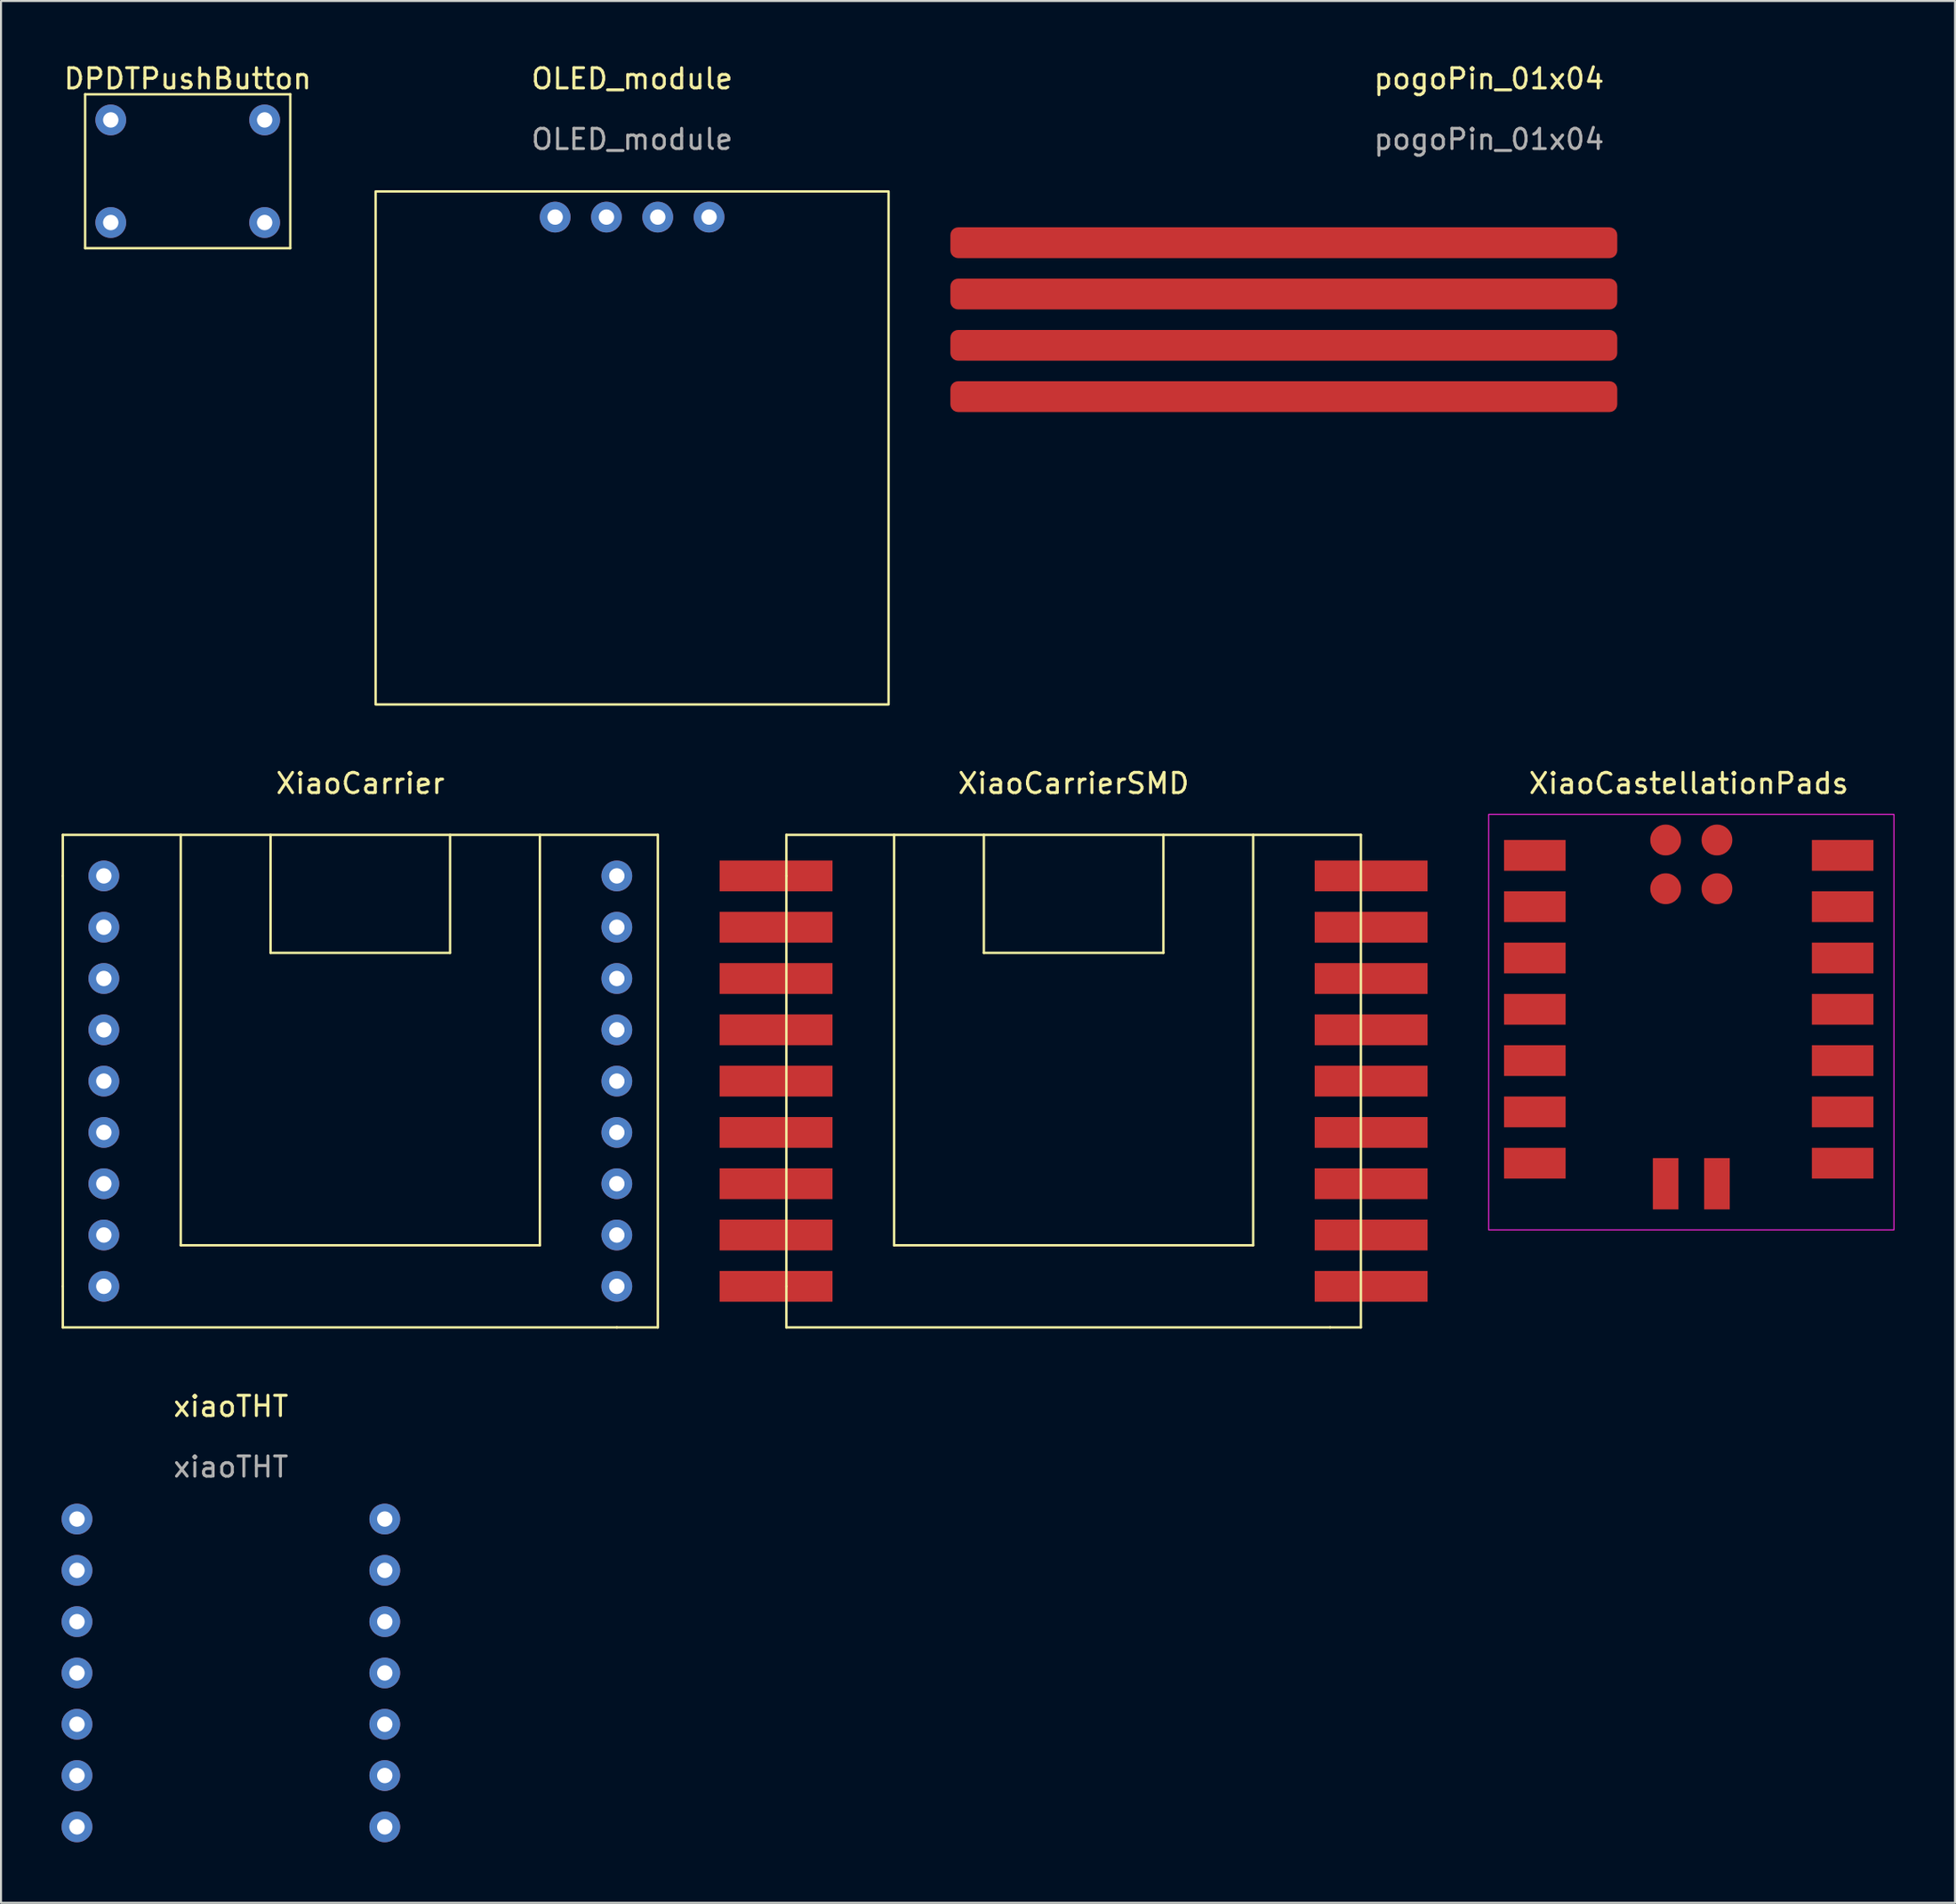
<source format=kicad_pcb>
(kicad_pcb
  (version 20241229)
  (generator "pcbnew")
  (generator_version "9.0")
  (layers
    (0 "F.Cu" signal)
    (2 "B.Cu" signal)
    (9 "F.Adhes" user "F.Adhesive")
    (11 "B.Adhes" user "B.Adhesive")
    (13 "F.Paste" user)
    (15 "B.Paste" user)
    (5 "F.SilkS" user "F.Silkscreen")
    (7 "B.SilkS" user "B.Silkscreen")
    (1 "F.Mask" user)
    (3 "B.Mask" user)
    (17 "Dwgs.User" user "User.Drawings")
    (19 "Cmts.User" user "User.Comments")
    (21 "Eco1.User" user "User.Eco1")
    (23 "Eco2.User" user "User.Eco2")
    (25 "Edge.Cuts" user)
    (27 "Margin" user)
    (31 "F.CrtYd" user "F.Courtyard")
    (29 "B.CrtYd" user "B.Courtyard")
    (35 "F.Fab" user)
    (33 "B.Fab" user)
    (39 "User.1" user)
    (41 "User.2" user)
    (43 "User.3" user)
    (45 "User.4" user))
  (footprint "xiaoTHT"
    (layer "F.Cu")
    (at 8.382 67.077)
    (property "Reference" "xiaoTHT" (at 0 -0.5 0) (unlocked yes) (layer "F.SilkS") (effects (font (size 1 1) (thickness 0.15))))
    (attr through_hole)
    (fp_text user "${REFERENCE}" (at 0 2.5 0) (unlocked yes) (layer "F.Fab") (effects (font (size 1 1) (thickness 0.15))))
    (pad "1" thru_hole circle (at -7.62 5.08) (size 1.524 1.524) (drill 0.762) (layers "*.Cu" "*.Mask"))
    (pad "2" thru_hole circle (at -7.62 7.62) (size 1.524 1.524) (drill 0.762) (layers "*.Cu" "*.Mask"))
    (pad "3" thru_hole circle (at -7.62 10.16) (size 1.524 1.524) (drill 0.762) (layers "*.Cu" "*.Mask"))
    (pad "4" thru_hole circle (at -7.62 12.7) (size 1.524 1.524) (drill 0.762) (layers "*.Cu" "*.Mask"))
    (pad "5" thru_hole circle (at -7.62 15.24) (size 1.524 1.524) (drill 0.762) (layers "*.Cu" "*.Mask"))
    (pad "6" thru_hole circle (at -7.62 17.78) (size 1.524 1.524) (drill 0.762) (layers "*.Cu" "*.Mask"))
    (pad "7" thru_hole circle (at -7.62 20.32) (size 1.524 1.524) (drill 0.762) (layers "*.Cu" "*.Mask"))
    (pad "8" thru_hole circle (at 7.62 5.08) (size 1.524 1.524) (drill 0.762) (layers "*.Cu" "*.Mask"))
    (pad "9" thru_hole circle (at 7.62 7.62) (size 1.524 1.524) (drill 0.762) (layers "*.Cu" "*.Mask"))
    (pad "10" thru_hole circle (at 7.62 10.16) (size 1.524 1.524) (drill 0.762) (layers "*.Cu" "*.Mask"))
    (pad "11" thru_hole circle (at 7.62 12.7) (size 1.524 1.524) (drill 0.762) (layers "*.Cu" "*.Mask"))
    (pad "12" thru_hole circle (at 7.62 15.24) (size 1.524 1.524) (drill 0.762) (layers "*.Cu" "*.Mask"))
    (pad "13" thru_hole circle (at 7.62 17.78) (size 1.524 1.524) (drill 0.762) (layers "*.Cu" "*.Mask"))
    (pad "14" thru_hole circle (at 7.62 20.32) (size 1.524 1.524) (drill 0.762) (layers "*.Cu" "*.Mask")))
  (footprint "XiaoCastellationPads"
    (layer "F.Cu")
    (at 80.567 35.236)
    (property "Reference" "XiaoCastellationPads" (at 0 0.5 0) (layer "F.SilkS") (effects (font (size 1 1) (thickness 0.15))))
    (attr through_hole)
    (fp_rect (start -9.906 2.032) (end 10.16 22.606) (stroke (width 0.05) (type solid)) (fill no) (layer "F.CrtYd"))
    (pad "1" smd rect (at -7.62 4.064) (size 3.048 1.524) (layers "F.Cu" "F.Mask" "F.Paste"))
    (pad "2" smd rect (at -7.62 6.604) (size 3.048 1.524) (layers "F.Cu" "F.Mask" "F.Paste"))
    (pad "3" smd rect (at -7.62 9.144) (size 3.048 1.524) (layers "F.Cu" "F.Mask" "F.Paste"))
    (pad "4" smd rect (at -7.62 11.684) (size 3.048 1.524) (layers "F.Cu" "F.Mask" "F.Paste"))
    (pad "5" smd rect (at -7.62 14.224) (size 3.048 1.524) (layers "F.Cu" "F.Mask" "F.Paste"))
    (pad "6" smd rect (at -7.62 16.764) (size 3.048 1.524) (layers "F.Cu" "F.Mask" "F.Paste"))
    (pad "7" smd rect (at -7.62 19.304) (size 3.048 1.524) (layers "F.Cu" "F.Mask" "F.Paste"))
    (pad "8" smd rect (at 7.62 4.064) (size 3.048 1.524) (layers "F.Cu" "F.Mask" "F.Paste"))
    (pad "9" smd rect (at 7.62 6.604) (size 3.048 1.524) (layers "F.Cu" "F.Mask" "F.Paste"))
    (pad "10" smd rect (at 7.62 9.144) (size 3.048 1.524) (layers "F.Cu" "F.Mask" "F.Paste"))
    (pad "11" smd rect (at 7.62 11.684) (size 3.048 1.524) (layers "F.Cu" "F.Mask" "F.Paste"))
    (pad "12" smd rect (at 7.62 14.224) (size 3.048 1.524) (layers "F.Cu" "F.Mask" "F.Paste"))
    (pad "13" smd rect (at 7.62 16.764) (size 3.048 1.524) (layers "F.Cu" "F.Mask" "F.Paste"))
    (pad "14" smd rect (at 7.62 19.304) (size 3.048 1.524) (layers "F.Cu" "F.Mask" "F.Paste"))
    (pad "15" smd circle (at -1.143 3.302) (size 1.524 1.524) (layers "F.Cu" "F.Mask" "F.Paste"))
    (pad "16" smd circle (at -1.143 5.715) (size 1.524 1.524) (layers "F.Cu" "F.Mask" "F.Paste"))
    (pad "17" smd circle (at 1.397 3.302) (size 1.524 1.524) (layers "F.Cu" "F.Mask" "F.Paste"))
    (pad "18" smd circle (at 1.397 5.715) (size 1.524 1.524) (layers "F.Cu" "F.Mask" "F.Paste"))
    (pad "19" smd rect (at -1.143 20.32) (size 1.27 2.54) (layers "F.Cu" "F.Mask" "F.Paste"))
    (pad "20" smd rect (at 1.397 20.32) (size 1.27 2.54) (layers "F.Cu" "F.Mask" "F.Paste")))
  (footprint "DPDTPushButton"
    (layer "F.Cu")
    (at 6.244 0.348)
    (property "Reference" "DPDTPushButton" (at 0 0.5 0) (layer "F.SilkS") (effects (font (size 1 1) (thickness 0.15))))
    (attr through_hole)
    (fp_line (start -5.08 1.27) (end -5.08 8.89) (stroke (width 0.12) (type solid)) (layer "F.SilkS"))
    (fp_line (start -5.08 8.89) (end 5.08 8.89) (stroke (width 0.12) (type solid)) (layer "F.SilkS"))
    (fp_line (start 5.08 1.27) (end -5.08 1.27) (stroke (width 0.12) (type solid)) (layer "F.SilkS"))
    (fp_line (start 5.08 8.89) (end 5.08 1.27) (stroke (width 0.12) (type solid)) (layer "F.SilkS"))
    (pad "1" thru_hole circle (at -3.81 2.54) (size 1.524 1.524) (drill 0.762) (layers "*.Cu" "*.Mask"))
    (pad "2" thru_hole circle (at 3.81 2.54) (size 1.524 1.524) (drill 0.762) (layers "*.Cu" "*.Mask"))
    (pad "3" thru_hole circle (at -3.81 7.62) (size 1.524 1.524) (drill 0.762) (layers "*.Cu" "*.Mask"))
    (pad "4" thru_hole circle (at 3.81 7.62) (size 1.524 1.524) (drill 0.762) (layers "*.Cu" "*.Mask")))
  (footprint "OLED_module"
    (layer "F.Cu")
    (at 28.248 1.348)
    (property "Reference" "OLED_module" (at 0 -0.5 0) (unlocked yes) (layer "F.SilkS") (effects (font (size 1 1) (thickness 0.15))))
    (attr through_hole)
    (fp_rect (start -12.7 5.08) (end 12.7 30.48) (stroke (width 0.12) (type solid)) (fill no) (layer "F.SilkS"))
    (fp_text user "${REFERENCE}" (at 0 2.5 0) (unlocked yes) (layer "F.Fab") (effects (font (size 1 1) (thickness 0.15))))
    (pad "1" thru_hole circle (at -3.81 6.35) (size 1.524 1.524) (drill 0.762) (layers "*.Cu" "*.Mask"))
    (pad "2" thru_hole circle (at -1.27 6.35) (size 1.524 1.524) (drill 0.762) (layers "*.Cu" "*.Mask"))
    (pad "3" thru_hole circle (at 1.27 6.35) (size 1.524 1.524) (drill 0.762) (layers "*.Cu" "*.Mask"))
    (pad "4" thru_hole circle (at 3.81 6.35) (size 1.524 1.524) (drill 0.762) (layers "*.Cu" "*.Mask")))
  (footprint "pogoPin_01x04"
    (layer "F.Cu")
    (at 70.678 1.348)
    (property "Reference" "pogoPin_01x04" (at 0 -0.5 0) (unlocked yes) (layer "F.SilkS") (effects (font (size 1 1) (thickness 0.15))))
    (attr smd)
    (fp_text user "${REFERENCE}" (at 0 2.5 0) (unlocked yes) (layer "F.Fab") (effects (font (size 1 1) (thickness 0.15))))
    (pad "1" smd roundrect (at -10.16 7.62) (size 33.02 1.524) (layers "F.Cu" "F.Mask" "F.Paste") (roundrect_rratio 0.25))
    (pad "2" smd roundrect (at -10.16 10.16) (size 33.02 1.524) (layers "F.Cu" "F.Mask" "F.Paste") (roundrect_rratio 0.25))
    (pad "3" smd roundrect (at -10.16 12.7) (size 33.02 1.524) (layers "F.Cu" "F.Mask" "F.Paste") (roundrect_rratio 0.25))
    (pad "4" smd roundrect (at -10.16 15.24) (size 33.02 1.524) (layers "F.Cu" "F.Mask" "F.Paste") (roundrect_rratio 0.25)))
  (footprint "XiaoCarrier"
    (layer "F.Cu")
    (at 14.792 35.236)
    (property "Reference" "XiaoCarrier" (at 0 0.5 0) (layer "F.SilkS") (effects (font (size 1 1) (thickness 0.15))))
    (attr through_hole)
    (fp_line (start -14.732 3.048) (end -14.732 5.08) (stroke (width 0.12) (type solid)) (layer "F.SilkS"))
    (fp_line (start -14.732 5.08) (end -14.732 25.4) (stroke (width 0.12) (type solid)) (layer "F.SilkS"))
    (fp_line (start -14.732 25.4) (end -14.732 27.432) (stroke (width 0.12) (type solid)) (layer "F.SilkS"))
    (fp_line (start -14.732 27.432) (end 12.7 27.432) (stroke (width 0.12) (type solid)) (layer "F.SilkS"))
    (fp_line (start -8.89 3.048) (end -8.89 23.368) (stroke (width 0.12) (type solid)) (layer "F.SilkS"))
    (fp_line (start -8.89 23.368) (end 8.89 23.368) (stroke (width 0.12) (type solid)) (layer "F.SilkS"))
    (fp_line (start -4.445 3.048) (end -4.445 8.89) (stroke (width 0.12) (type solid)) (layer "F.SilkS"))
    (fp_line (start -4.445 8.89) (end 4.445 8.89) (stroke (width 0.12) (type solid)) (layer "F.SilkS"))
    (fp_line (start 4.445 8.89) (end 4.445 3.048) (stroke (width 0.12) (type solid)) (layer "F.SilkS"))
    (fp_line (start 8.89 23.368) (end 8.89 3.048) (stroke (width 0.12) (type solid)) (layer "F.SilkS"))
    (fp_line (start 12.7 27.432) (end 14.732 27.432) (stroke (width 0.12) (type solid)) (layer "F.SilkS"))
    (fp_line (start 14.732 3.048) (end -14.732 3.048) (stroke (width 0.12) (type solid)) (layer "F.SilkS"))
    (fp_line (start 14.732 27.432) (end 14.732 3.048) (stroke (width 0.12) (type solid)) (layer "F.SilkS"))
    (pad "1" thru_hole circle (at 12.7 5.08) (size 1.524 1.524) (drill 0.762) (layers "*.Cu" "*.Mask"))
    (pad "2" thru_hole circle (at 12.7 7.62) (size 1.524 1.524) (drill 0.762) (layers "*.Cu" "*.Mask"))
    (pad "3" thru_hole circle (at 12.7 10.16) (size 1.524 1.524) (drill 0.762) (layers "*.Cu" "*.Mask"))
    (pad "4" thru_hole circle (at 12.7 12.7) (size 1.524 1.524) (drill 0.762) (layers "*.Cu" "*.Mask"))
    (pad "5" thru_hole circle (at 12.7 15.24) (size 1.524 1.524) (drill 0.762) (layers "*.Cu" "*.Mask"))
    (pad "6" thru_hole circle (at 12.7 17.78) (size 1.524 1.524) (drill 0.762) (layers "*.Cu" "*.Mask"))
    (pad "7" thru_hole circle (at 12.7 20.32) (size 1.524 1.524) (drill 0.762) (layers "*.Cu" "*.Mask"))
    (pad "8" thru_hole circle (at 12.7 22.86) (size 1.524 1.524) (drill 0.762) (layers "*.Cu" "*.Mask"))
    (pad "9" thru_hole circle (at 12.7 25.4) (size 1.524 1.524) (drill 0.762) (layers "*.Cu" "*.Mask"))
    (pad "10" thru_hole circle (at -12.7 25.4 180) (size 1.524 1.524) (drill 0.762) (layers "*.Cu" "*.Mask"))
    (pad "11" thru_hole circle (at -12.7 22.86 180) (size 1.524 1.524) (drill 0.762) (layers "*.Cu" "*.Mask"))
    (pad "12" thru_hole circle (at -12.7 20.32 180) (size 1.524 1.524) (drill 0.762) (layers "*.Cu" "*.Mask"))
    (pad "13" thru_hole circle (at -12.7 17.78 180) (size 1.524 1.524) (drill 0.762) (layers "*.Cu" "*.Mask"))
    (pad "14" thru_hole circle (at -12.7 15.24 180) (size 1.524 1.524) (drill 0.762) (layers "*.Cu" "*.Mask"))
    (pad "15" thru_hole circle (at -12.7 12.7 180) (size 1.524 1.524) (drill 0.762) (layers "*.Cu" "*.Mask"))
    (pad "16" thru_hole circle (at -12.7 10.16 180) (size 1.524 1.524) (drill 0.762) (layers "*.Cu" "*.Mask"))
    (pad "17" thru_hole circle (at -12.7 7.62 180) (size 1.524 1.524) (drill 0.762) (layers "*.Cu" "*.Mask"))
    (pad "18" thru_hole circle (at -12.7 5.08 180) (size 1.524 1.524) (drill 0.762) (layers "*.Cu" "*.Mask")))
  (footprint "XiaoCarrierSMD"
    (layer "F.Cu")
    (at 50.11 35.236)
    (property "Reference" "XiaoCarrierSMD" (at 0 0.5 0) (layer "F.SilkS") (effects (font (size 1 1) (thickness 0.15))))
    (attr through_hole)
    (fp_line (start -14.224 3.048) (end -14.224 5.08) (stroke (width 0.12) (type solid)) (layer "F.SilkS"))
    (fp_line (start -14.224 5.08) (end -14.224 25.4) (stroke (width 0.12) (type solid)) (layer "F.SilkS"))
    (fp_line (start -14.224 25.4) (end -14.224 27.432) (stroke (width 0.12) (type solid)) (layer "F.SilkS"))
    (fp_line (start -14.224 27.432) (end 12.7 27.432) (stroke (width 0.12) (type solid)) (layer "F.SilkS"))
    (fp_line (start -8.89 3.048) (end -8.89 23.368) (stroke (width 0.12) (type solid)) (layer "F.SilkS"))
    (fp_line (start -8.89 23.368) (end 8.89 23.368) (stroke (width 0.12) (type solid)) (layer "F.SilkS"))
    (fp_line (start -4.445 3.048) (end -4.445 8.89) (stroke (width 0.12) (type solid)) (layer "F.SilkS"))
    (fp_line (start -4.445 8.89) (end 4.445 8.89) (stroke (width 0.12) (type solid)) (layer "F.SilkS"))
    (fp_line (start 4.445 8.89) (end 4.445 3.048) (stroke (width 0.12) (type solid)) (layer "F.SilkS"))
    (fp_line (start 8.89 23.368) (end 8.89 3.048) (stroke (width 0.12) (type solid)) (layer "F.SilkS"))
    (fp_line (start 12.7 27.432) (end 14.224 27.432) (stroke (width 0.12) (type solid)) (layer "F.SilkS"))
    (fp_line (start 14.224 3.048) (end -14.224 3.048) (stroke (width 0.12) (type solid)) (layer "F.SilkS"))
    (fp_line (start 14.224 27.432) (end 14.224 3.048) (stroke (width 0.12) (type solid)) (layer "F.SilkS"))
    (pad "1" smd rect (at 14.732 5.08) (size 5.588 1.524) (layers "F.Cu" "F.Mask" "F.Paste"))
    (pad "2" smd rect (at 14.732 7.62) (size 5.588 1.524) (layers "F.Cu" "F.Mask" "F.Paste"))
    (pad "3" smd rect (at 14.732 10.16) (size 5.588 1.524) (layers "F.Cu" "F.Mask" "F.Paste"))
    (pad "4" smd rect (at 14.732 12.7) (size 5.588 1.524) (layers "F.Cu" "F.Mask" "F.Paste"))
    (pad "5" smd rect (at 14.732 15.24) (size 5.588 1.524) (layers "F.Cu" "F.Mask" "F.Paste"))
    (pad "6" smd rect (at 14.732 17.78) (size 5.588 1.524) (layers "F.Cu" "F.Mask" "F.Paste"))
    (pad "7" smd rect (at 14.732 20.32) (size 5.588 1.524) (layers "F.Cu" "F.Mask" "F.Paste"))
    (pad "8" smd rect (at 14.732 22.86) (size 5.588 1.524) (layers "F.Cu" "F.Mask" "F.Paste"))
    (pad "9" smd rect (at 14.732 25.4) (size 5.588 1.524) (layers "F.Cu" "F.Mask" "F.Paste"))
    (pad "10" smd rect (at -14.732 25.4 180) (size 5.588 1.524) (layers "F.Cu" "F.Mask" "F.Paste"))
    (pad "11" smd rect (at -14.732 22.86 180) (size 5.588 1.524) (layers "F.Cu" "F.Mask" "F.Paste"))
    (pad "12" smd rect (at -14.732 20.32 180) (size 5.588 1.524) (layers "F.Cu" "F.Mask" "F.Paste"))
    (pad "13" smd rect (at -14.732 17.78 180) (size 5.588 1.524) (layers "F.Cu" "F.Mask" "F.Paste"))
    (pad "14" smd rect (at -14.732 15.24 180) (size 5.588 1.524) (layers "F.Cu" "F.Mask" "F.Paste"))
    (pad "15" smd rect (at -14.732 12.7 180) (size 5.588 1.524) (layers "F.Cu" "F.Mask" "F.Paste"))
    (pad "16" smd rect (at -14.732 10.16 180) (size 5.588 1.524) (layers "F.Cu" "F.Mask" "F.Paste"))
    (pad "17" smd rect (at -14.732 7.62 180) (size 5.588 1.524) (layers "F.Cu" "F.Mask" "F.Paste"))
    (pad "18" smd rect (at -14.732 5.08 180) (size 5.588 1.524) (layers "F.Cu" "F.Mask" "F.Paste")))
  (gr_rect
    (start -3 -3)
    (end 93.752 91.159)
    (stroke (width 0.1) (type default))
    (fill no)
    (layer "Edge.Cuts")))
</source>
